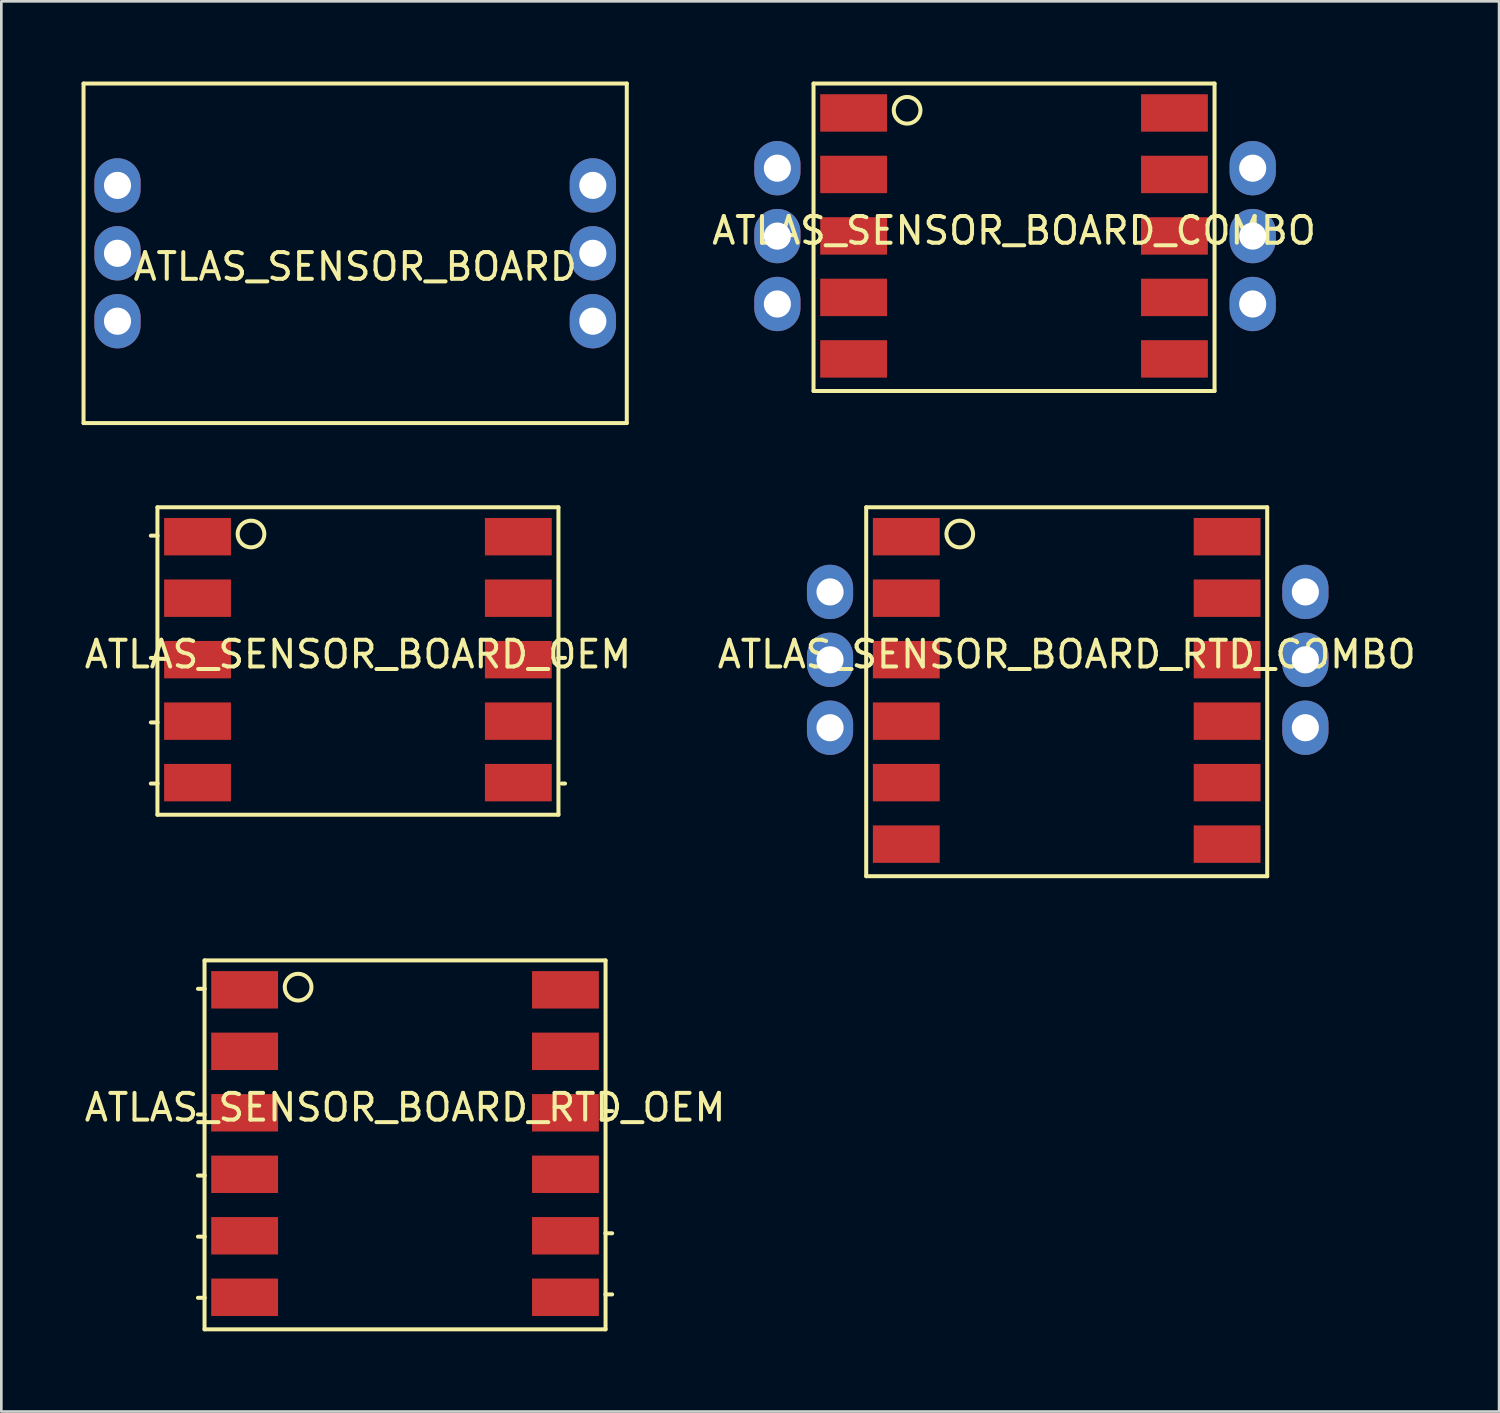
<source format=kicad_pcb>
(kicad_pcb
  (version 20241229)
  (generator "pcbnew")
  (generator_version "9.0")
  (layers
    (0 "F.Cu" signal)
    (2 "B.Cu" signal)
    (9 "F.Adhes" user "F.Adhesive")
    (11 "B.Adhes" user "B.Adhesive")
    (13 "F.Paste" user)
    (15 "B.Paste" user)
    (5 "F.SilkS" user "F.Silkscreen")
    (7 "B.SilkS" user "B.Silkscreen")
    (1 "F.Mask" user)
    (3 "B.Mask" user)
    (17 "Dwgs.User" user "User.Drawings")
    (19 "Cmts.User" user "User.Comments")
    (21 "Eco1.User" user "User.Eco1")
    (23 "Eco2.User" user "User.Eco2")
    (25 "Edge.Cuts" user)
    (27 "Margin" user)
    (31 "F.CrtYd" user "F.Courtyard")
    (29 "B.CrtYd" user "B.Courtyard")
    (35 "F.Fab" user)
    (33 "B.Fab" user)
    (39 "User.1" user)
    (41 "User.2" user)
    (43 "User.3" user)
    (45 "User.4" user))
  (footprint "ATLAS_SENSOR_BOARD"
    (layer "F.Cu")
    (at 8.965 6.425)
    (property "Reference" "ATLAS_SENSOR_BOARD" (at 1.27 0.5 0) (layer "F.SilkS") (effects (font (size 1 1) (thickness 0.15))))
    (attr through_hole)
    (fp_line (start -8.89 -6.35) (end 11.43 -6.35) (stroke (width 0.15) (type solid)) (layer "F.SilkS"))
    (fp_line (start -8.89 6.35) (end -8.89 -6.35) (stroke (width 0.15) (type solid)) (layer "F.SilkS"))
    (fp_line (start 11.43 -6.35) (end 11.43 6.35) (stroke (width 0.15) (type solid)) (layer "F.SilkS"))
    (fp_line (start 11.43 6.35) (end -8.89 6.35) (stroke (width 0.15) (type solid)) (layer "F.SilkS"))
    (pad "1" thru_hole oval (at -7.62 -2.54) (size 1.727 2.032) (drill 1.016) (layers "*.Cu" "*.Mask"))
    (pad "2" thru_hole oval (at -7.62 0) (size 1.727 2.032) (drill 1.016) (layers "*.Cu" "*.Mask"))
    (pad "3" thru_hole oval (at 10.16 2.54) (size 1.727 2.032) (drill 1.016) (layers "*.Cu" "*.Mask"))
    (pad "4" thru_hole oval (at -7.62 2.54) (size 1.727 2.032) (drill 1.016) (layers "*.Cu" "*.Mask"))
    (pad "5" thru_hole oval (at 10.16 0) (size 1.727 2.032) (drill 1.016) (layers "*.Cu" "*.Mask"))
    (pad "6" thru_hole oval (at 10.16 -2.54) (size 1.727 2.032) (drill 1.016) (layers "*.Cu" "*.Mask")))
  (footprint "ATLAS_SENSOR_BOARD_RTD_OEM"
    (layer "F.Cu")
    (at 12.101 37.875)
    (property "Reference" "ATLAS_SENSOR_BOARD_RTD_OEM" (at 0 0.5 0) (layer "F.SilkS") (effects (font (size 1 1) (thickness 0.15))))
    (attr through_hole)
    (fp_line (start -7.747 -3.937) (end -7.493 -3.937) (stroke (width 0.15) (type solid)) (layer "F.SilkS"))
    (fp_line (start -7.747 0.762) (end -7.493 0.762) (stroke (width 0.15) (type solid)) (layer "F.SilkS"))
    (fp_line (start -7.747 3.048) (end -7.493 3.048) (stroke (width 0.15) (type solid)) (layer "F.SilkS"))
    (fp_line (start -7.747 5.334) (end -7.493 5.334) (stroke (width 0.15) (type solid)) (layer "F.SilkS"))
    (fp_line (start -7.747 7.62) (end -7.493 7.62) (stroke (width 0.15) (type solid)) (layer "F.SilkS"))
    (fp_line (start -7.5 -5) (end 7.5 -5) (stroke (width 0.15) (type solid)) (layer "F.SilkS"))
    (fp_line (start -7.5 8.8) (end -7.5 -5) (stroke (width 0.15) (type solid)) (layer "F.SilkS"))
    (fp_line (start 7.5 -5) (end 7.5 8.8) (stroke (width 0.15) (type solid)) (layer "F.SilkS"))
    (fp_line (start 7.5 8.8) (end -7.5 8.8) (stroke (width 0.15) (type solid)) (layer "F.SilkS"))
    (fp_line (start 7.747 0.635) (end 7.493 0.635) (stroke (width 0.15) (type solid)) (layer "F.SilkS"))
    (fp_line (start 7.747 5.207) (end 7.493 5.207) (stroke (width 0.15) (type solid)) (layer "F.SilkS"))
    (fp_line (start 7.747 7.493) (end 7.493 7.493) (stroke (width 0.15) (type solid)) (layer "F.SilkS"))
    (fp_circle (center -4 -4) (end -3.5 -4) (stroke (width 0.15) (type solid)) (fill no) (layer "F.SilkS"))
    (pad "1" smd rect (at 6 0.7) (size 2.5 1.4) (layers "F.Cu" "F.Mask" "F.Paste"))
    (pad "2" smd rect (at -6 -3.9) (size 2.5 1.4) (layers "F.Cu" "F.Mask" "F.Paste"))
    (pad "3" smd rect (at -6 0.7) (size 2.5 1.4) (layers "F.Cu" "F.Mask" "F.Paste"))
    (pad "4" smd rect (at 6 5.3) (size 2.5 1.4) (layers "F.Cu" "F.Mask" "F.Paste"))
    (pad "5" smd rect (at -6 3) (size 2.5 1.4) (layers "F.Cu" "F.Mask" "F.Paste"))
    (pad "5" smd rect (at -6 5.3) (size 2.5 1.4) (layers "F.Cu" "F.Mask" "F.Paste"))
    (pad "6" smd rect (at -6 7.6) (size 2.5 1.4) (layers "F.Cu" "F.Mask" "F.Paste"))
    (pad "6" smd rect (at 6 7.6) (size 2.5 1.4) (layers "F.Cu" "F.Mask" "F.Paste"))
    (pad "~" smd rect (at -6 -1.6) (size 2.5 1.4) (layers "F.Cu" "F.Mask" "F.Paste"))
    (pad "~" smd rect (at 6 -3.9) (size 2.5 1.4) (layers "F.Cu" "F.Mask" "F.Paste"))
    (pad "~" smd rect (at 6 -1.6) (size 2.5 1.4) (layers "F.Cu" "F.Mask" "F.Paste"))
    (pad "~" smd rect (at 6 3) (size 2.5 1.4) (layers "F.Cu" "F.Mask" "F.Paste")))
  (footprint "ATLAS_SENSOR_BOARD_OEM"
    (layer "F.Cu")
    (at 10.339 20.925)
    (property "Reference" "ATLAS_SENSOR_BOARD_OEM" (at 0 0.5 0) (layer "F.SilkS") (effects (font (size 1 1) (thickness 0.15))))
    (attr through_hole)
    (fp_line (start -7.747 0.635) (end -7.493 0.635) (stroke (width 0.15) (type solid)) (layer "F.SilkS"))
    (fp_line (start -7.747 3.048) (end -7.493 3.048) (stroke (width 0.15) (type solid)) (layer "F.SilkS"))
    (fp_line (start -7.747 5.334) (end -7.493 5.334) (stroke (width 0.15) (type solid)) (layer "F.SilkS"))
    (fp_line (start -7.5 -5) (end 7.5 -5) (stroke (width 0.15) (type solid)) (layer "F.SilkS"))
    (fp_line (start -7.5 6.5) (end -7.5 -5) (stroke (width 0.15) (type solid)) (layer "F.SilkS"))
    (fp_line (start -7.493 -3.937) (end -7.747 -3.937) (stroke (width 0.15) (type solid)) (layer "F.SilkS"))
    (fp_line (start 7.5 -5) (end 7.5 6.5) (stroke (width 0.15) (type solid)) (layer "F.SilkS"))
    (fp_line (start 7.5 6.5) (end -7.5 6.5) (stroke (width 0.15) (type solid)) (layer "F.SilkS"))
    (fp_line (start 7.747 0.635) (end 7.493 0.635) (stroke (width 0.15) (type solid)) (layer "F.SilkS"))
    (fp_line (start 7.747 5.334) (end 7.62 5.334) (stroke (width 0.15) (type solid)) (layer "F.SilkS"))
    (fp_circle (center -4 -4) (end -3.5 -4) (stroke (width 0.15) (type solid)) (fill no) (layer "F.SilkS"))
    (pad "1" smd rect (at 6 0.7) (size 2.5 1.4) (layers "F.Cu" "F.Mask" "F.Paste"))
    (pad "2" smd rect (at -6 -3.9) (size 2.5 1.4) (layers "F.Cu" "F.Mask" "F.Paste"))
    (pad "3" smd rect (at -6 0.7) (size 2.5 1.4) (layers "F.Cu" "F.Mask" "F.Paste"))
    (pad "4" smd rect (at 6 5.3) (size 2.5 1.4) (layers "F.Cu" "F.Mask" "F.Paste"))
    (pad "5" smd rect (at -6 3) (size 2.5 1.4) (layers "F.Cu" "F.Mask" "F.Paste"))
    (pad "6" smd rect (at -6 5.3) (size 2.5 1.4) (layers "F.Cu" "F.Mask" "F.Paste"))
    (pad "~" smd rect (at -6 -1.6) (size 2.5 1.4) (layers "F.Cu" "F.Mask" "F.Paste"))
    (pad "~" smd rect (at 6 -3.9) (size 2.5 1.4) (layers "F.Cu" "F.Mask" "F.Paste"))
    (pad "~" smd rect (at 6 -1.6) (size 2.5 1.4) (layers "F.Cu" "F.Mask" "F.Paste"))
    (pad "~" smd rect (at 6 3) (size 2.5 1.4) (layers "F.Cu" "F.Mask" "F.Paste")))
  (footprint "ATLAS_SENSOR_BOARD_COMBO"
    (layer "F.Cu")
    (at 34.881 5.075)
    (property "Reference" "ATLAS_SENSOR_BOARD_COMBO" (at 0 0.5 0) (layer "F.SilkS") (effects (font (size 1 1) (thickness 0.15))))
    (attr through_hole)
    (fp_line (start -7.5 -5) (end 7.5 -5) (stroke (width 0.15) (type solid)) (layer "F.SilkS"))
    (fp_line (start -7.5 6.5) (end -7.5 -5) (stroke (width 0.15) (type solid)) (layer "F.SilkS"))
    (fp_line (start 7.5 -5) (end 7.5 6.5) (stroke (width 0.15) (type solid)) (layer "F.SilkS"))
    (fp_line (start 7.5 6.5) (end -7.5 6.5) (stroke (width 0.15) (type solid)) (layer "F.SilkS"))
    (fp_circle (center -4 -4) (end -3.5 -4) (stroke (width 0.15) (type solid)) (fill no) (layer "F.SilkS"))
    (pad "1" smd rect (at 6 0.7) (size 2.5 1.4) (layers "F.Cu" "F.Mask" "F.Paste"))
    (pad "1" thru_hole oval (at 8.927 3.246 180) (size 1.727 2.032) (drill 1.016) (layers "*.Cu" "*.Mask"))
    (pad "2" smd rect (at -6 -3.9) (size 2.5 1.4) (layers "F.Cu" "F.Mask" "F.Paste"))
    (pad "2" thru_hole oval (at 8.927 0.706 180) (size 1.727 2.032) (drill 1.016) (layers "*.Cu" "*.Mask"))
    (pad "3" thru_hole oval (at -8.853 -1.834 180) (size 1.727 2.032) (drill 1.016) (layers "*.Cu" "*.Mask"))
    (pad "3" smd rect (at -6 0.7) (size 2.5 1.4) (layers "F.Cu" "F.Mask" "F.Paste"))
    (pad "4" smd rect (at 6 5.3) (size 2.5 1.4) (layers "F.Cu" "F.Mask" "F.Paste"))
    (pad "4" thru_hole oval (at 8.927 -1.834 180) (size 1.727 2.032) (drill 1.016) (layers "*.Cu" "*.Mask"))
    (pad "5" thru_hole oval (at -8.853 0.706 180) (size 1.727 2.032) (drill 1.016) (layers "*.Cu" "*.Mask"))
    (pad "5" smd rect (at -6 3) (size 2.5 1.4) (layers "F.Cu" "F.Mask" "F.Paste"))
    (pad "6" thru_hole oval (at -8.853 3.246 180) (size 1.727 2.032) (drill 1.016) (layers "*.Cu" "*.Mask"))
    (pad "6" smd rect (at -6 5.3) (size 2.5 1.4) (layers "F.Cu" "F.Mask" "F.Paste"))
    (pad "~" smd rect (at -6 -1.6) (size 2.5 1.4) (layers "F.Cu" "F.Mask" "F.Paste"))
    (pad "~" smd rect (at 6 -3.9) (size 2.5 1.4) (layers "F.Cu" "F.Mask" "F.Paste"))
    (pad "~" smd rect (at 6 -1.6) (size 2.5 1.4) (layers "F.Cu" "F.Mask" "F.Paste"))
    (pad "~" smd rect (at 6 3) (size 2.5 1.4) (layers "F.Cu" "F.Mask" "F.Paste")))
  (footprint "ATLAS_SENSOR_BOARD_RTD_COMBO"
    (layer "F.Cu")
    (at 36.851 20.925)
    (property "Reference" "ATLAS_SENSOR_BOARD_RTD_COMBO" (at 0 0.5 0) (layer "F.SilkS") (effects (font (size 1 1) (thickness 0.15))))
    (attr through_hole)
    (fp_line (start -7.5 -5) (end 7.5 -5) (stroke (width 0.15) (type solid)) (layer "F.SilkS"))
    (fp_line (start -7.5 8.8) (end -7.5 -5) (stroke (width 0.15) (type solid)) (layer "F.SilkS"))
    (fp_line (start 7.5 -5) (end 7.5 8.8) (stroke (width 0.15) (type solid)) (layer "F.SilkS"))
    (fp_line (start 7.5 8.8) (end -7.5 8.8) (stroke (width 0.15) (type solid)) (layer "F.SilkS"))
    (fp_circle (center -4 -4) (end -3.5 -4) (stroke (width 0.15) (type solid)) (fill no) (layer "F.SilkS"))
    (pad "1" smd rect (at 6 0.7) (size 2.5 1.4) (layers "F.Cu" "F.Mask" "F.Paste"))
    (pad "1" thru_hole oval (at 8.927 3.246 180) (size 1.727 2.032) (drill 1.016) (layers "*.Cu" "*.Mask"))
    (pad "2" smd rect (at -6 -3.9) (size 2.5 1.4) (layers "F.Cu" "F.Mask" "F.Paste"))
    (pad "2" thru_hole oval (at 8.927 0.706 180) (size 1.727 2.032) (drill 1.016) (layers "*.Cu" "*.Mask"))
    (pad "3" thru_hole oval (at -8.853 -1.834 180) (size 1.727 2.032) (drill 1.016) (layers "*.Cu" "*.Mask"))
    (pad "3" smd rect (at -6 0.7) (size 2.5 1.4) (layers "F.Cu" "F.Mask" "F.Paste"))
    (pad "4" smd rect (at 6 5.3) (size 2.5 1.4) (layers "F.Cu" "F.Mask" "F.Paste"))
    (pad "4" thru_hole oval (at 8.927 -1.834 180) (size 1.727 2.032) (drill 1.016) (layers "*.Cu" "*.Mask"))
    (pad "5" thru_hole oval (at -8.853 0.706 180) (size 1.727 2.032) (drill 1.016) (layers "*.Cu" "*.Mask"))
    (pad "5" smd rect (at -6 3) (size 2.5 1.4) (layers "F.Cu" "F.Mask" "F.Paste"))
    (pad "5" smd rect (at -6 5.3) (size 2.5 1.4) (layers "F.Cu" "F.Mask" "F.Paste"))
    (pad "6" thru_hole oval (at -8.853 3.246 180) (size 1.727 2.032) (drill 1.016) (layers "*.Cu" "*.Mask"))
    (pad "6" smd rect (at -6 7.6) (size 2.5 1.4) (layers "F.Cu" "F.Mask" "F.Paste"))
    (pad "6" smd rect (at 6 7.6) (size 2.5 1.4) (layers "F.Cu" "F.Mask" "F.Paste"))
    (pad "~" smd rect (at -6 -1.6) (size 2.5 1.4) (layers "F.Cu" "F.Mask" "F.Paste"))
    (pad "~" smd rect (at 6 -3.9) (size 2.5 1.4) (layers "F.Cu" "F.Mask" "F.Paste"))
    (pad "~" smd rect (at 6 -1.6) (size 2.5 1.4) (layers "F.Cu" "F.Mask" "F.Paste"))
    (pad "~" smd rect (at 6 3) (size 2.5 1.4) (layers "F.Cu" "F.Mask" "F.Paste")))
  (gr_rect
    (start -3 -3)
    (end 53.024 49.75)
    (stroke (width 0.1) (type default))
    (fill no)
    (layer "Edge.Cuts")))
</source>
